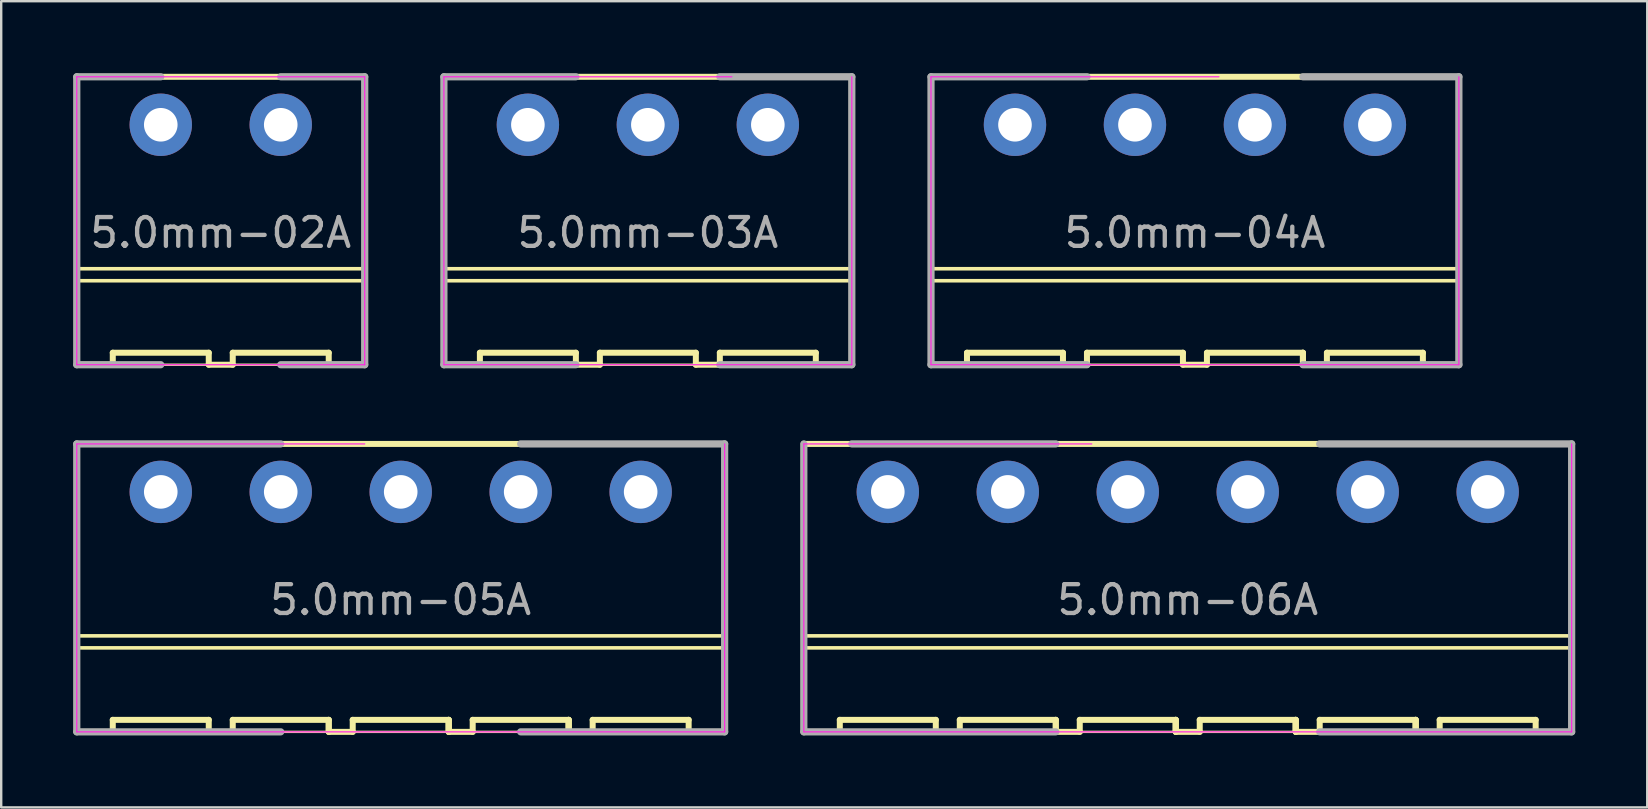
<source format=kicad_pcb>
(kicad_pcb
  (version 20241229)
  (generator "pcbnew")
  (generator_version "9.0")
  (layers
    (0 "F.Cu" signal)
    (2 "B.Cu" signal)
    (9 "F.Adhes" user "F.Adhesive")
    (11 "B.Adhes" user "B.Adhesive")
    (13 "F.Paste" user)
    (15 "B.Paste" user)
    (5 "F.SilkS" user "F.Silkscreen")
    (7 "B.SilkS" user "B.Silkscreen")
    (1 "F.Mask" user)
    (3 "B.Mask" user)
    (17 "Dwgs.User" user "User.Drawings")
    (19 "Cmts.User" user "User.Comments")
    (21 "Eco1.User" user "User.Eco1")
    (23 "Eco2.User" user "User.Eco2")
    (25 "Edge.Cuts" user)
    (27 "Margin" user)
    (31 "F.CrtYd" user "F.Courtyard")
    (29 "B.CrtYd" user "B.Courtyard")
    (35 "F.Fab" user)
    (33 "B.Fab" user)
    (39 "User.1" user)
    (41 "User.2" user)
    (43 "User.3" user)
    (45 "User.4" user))
  (footprint "5.0mm-06A"
    (layer "F.Cu")
    (at 46.45 17.45)
    (property "Reference" "5.0mm-06A" (at 0 4.5 0) (layer "F.Fab") (effects (font (size 1.2 1.2) (thickness 0.18))))
    (attr through_hole)
    (fp_line (start -16 -2) (end 16 -2) (stroke (width 0.25) (type solid)) (layer "F.SilkS"))
    (fp_line (start -16 6) (end 16 6) (stroke (width 0.15) (type solid)) (layer "F.SilkS"))
    (fp_line (start -16 10) (end -16 -2) (stroke (width 0.25) (type solid)) (layer "F.SilkS"))
    (fp_line (start -14.5 9.5) (end -10.5 9.5) (stroke (width 0.25) (type solid)) (layer "F.SilkS"))
    (fp_line (start -14.5 10) (end -16 10) (stroke (width 0.25) (type solid)) (layer "F.SilkS"))
    (fp_line (start -14.5 10) (end -14.5 9.5) (stroke (width 0.25) (type solid)) (layer "F.SilkS"))
    (fp_line (start -14.5 10) (end 16 10) (stroke (width 0.1) (type solid)) (layer "F.SilkS"))
    (fp_line (start -10.5 9.5) (end -10.5 10) (stroke (width 0.25) (type solid)) (layer "F.SilkS"))
    (fp_line (start -10.5 10) (end -9.5 10) (stroke (width 0.25) (type solid)) (layer "F.SilkS"))
    (fp_line (start -9.5 9.5) (end -5.5 9.5) (stroke (width 0.25) (type solid)) (layer "F.SilkS"))
    (fp_line (start -9.5 10) (end -9.5 9.5) (stroke (width 0.25) (type solid)) (layer "F.SilkS"))
    (fp_line (start -5.5 9.5) (end -5.5 10) (stroke (width 0.25) (type solid)) (layer "F.SilkS"))
    (fp_line (start -5.5 9.5) (end -5.5 10) (stroke (width 0.25) (type solid)) (layer "F.SilkS"))
    (fp_line (start -5.5 10) (end -4.5 10) (stroke (width 0.25) (type solid)) (layer "F.SilkS"))
    (fp_line (start -4.5 9.5) (end -0.5 9.5) (stroke (width 0.25) (type solid)) (layer "F.SilkS"))
    (fp_line (start -4.5 10) (end -4.5 9.5) (stroke (width 0.25) (type solid)) (layer "F.SilkS"))
    (fp_line (start -0.5 9.5) (end -0.5 10) (stroke (width 0.25) (type solid)) (layer "F.SilkS"))
    (fp_line (start -0.5 9.5) (end -0.5 10) (stroke (width 0.25) (type solid)) (layer "F.SilkS"))
    (fp_line (start -0.5 9.5) (end -0.5 10) (stroke (width 0.25) (type solid)) (layer "F.SilkS"))
    (fp_line (start -0.5 10) (end 0.5 10) (stroke (width 0.25) (type solid)) (layer "F.SilkS"))
    (fp_line (start 0.5 9.5) (end 4.5 9.5) (stroke (width 0.25) (type solid)) (layer "F.SilkS"))
    (fp_line (start 0.5 10) (end 0.5 9.5) (stroke (width 0.25) (type solid)) (layer "F.SilkS"))
    (fp_line (start 4.5 9.5) (end 4.5 10) (stroke (width 0.25) (type solid)) (layer "F.SilkS"))
    (fp_line (start 4.5 9.5) (end 4.5 10) (stroke (width 0.25) (type solid)) (layer "F.SilkS"))
    (fp_line (start 4.5 9.5) (end 4.5 10) (stroke (width 0.25) (type solid)) (layer "F.SilkS"))
    (fp_line (start 4.5 10) (end 5.5 10) (stroke (width 0.25) (type solid)) (layer "F.SilkS"))
    (fp_line (start 5.5 9.5) (end 9.5 9.5) (stroke (width 0.25) (type solid)) (layer "F.SilkS"))
    (fp_line (start 5.5 10) (end 5.5 9.5) (stroke (width 0.25) (type solid)) (layer "F.SilkS"))
    (fp_line (start 9.5 9.5) (end 9.5 10) (stroke (width 0.25) (type solid)) (layer "F.SilkS"))
    (fp_line (start 9.5 9.5) (end 9.5 10) (stroke (width 0.25) (type solid)) (layer "F.SilkS"))
    (fp_line (start 9.5 9.5) (end 9.5 10) (stroke (width 0.25) (type solid)) (layer "F.SilkS"))
    (fp_line (start 9.5 10) (end 10.5 10) (stroke (width 0.25) (type solid)) (layer "F.SilkS"))
    (fp_line (start 10.5 9.5) (end 14.5 9.5) (stroke (width 0.25) (type solid)) (layer "F.SilkS"))
    (fp_line (start 10.5 10) (end 10.5 9.5) (stroke (width 0.25) (type solid)) (layer "F.SilkS"))
    (fp_line (start 14.5 9.5) (end 14.5 10) (stroke (width 0.25) (type solid)) (layer "F.SilkS"))
    (fp_line (start 14.5 10) (end 16 10) (stroke (width 0.25) (type solid)) (layer "F.SilkS"))
    (fp_line (start 16 6.5) (end -16 6.5) (stroke (width 0.15) (type solid)) (layer "F.SilkS"))
    (fp_line (start 16 10) (end 16 -2) (stroke (width 0.25) (type solid)) (layer "F.SilkS"))
    (fp_line (start -16 -2) (end -4 -2) (stroke (width 0.05) (type solid)) (layer "F.CrtYd"))
    (fp_line (start -16 10) (end -16 -2) (stroke (width 0.05) (type solid)) (layer "F.CrtYd"))
    (fp_line (start 16 -2) (end 16 10) (stroke (width 0.05) (type solid)) (layer "F.CrtYd"))
    (fp_line (start 16 10) (end -16 10) (stroke (width 0.05) (type solid)) (layer "F.CrtYd"))
    (fp_line (start -16 -2) (end -16 10) (stroke (width 0.3) (type solid)) (layer "F.Fab"))
    (fp_line (start -16 10) (end -5.5 10) (stroke (width 0.3) (type solid)) (layer "F.Fab"))
    (fp_line (start -5.5 -2) (end -14 -2) (stroke (width 0.3) (type solid)) (layer "F.Fab"))
    (fp_line (start 5.5 -2) (end 16 -2) (stroke (width 0.3) (type solid)) (layer "F.Fab"))
    (fp_line (start 16 -2) (end 16 10) (stroke (width 0.3) (type solid)) (layer "F.Fab"))
    (fp_line (start 16 10) (end 5.5 10) (stroke (width 0.3) (type solid)) (layer "F.Fab"))
    (pad "1" thru_hole circle (at -12.5 0 180) (size 2.6 2.6) (drill 1.4) (layers "*.Cu" "*.Mask"))
    (pad "2" thru_hole circle (at -7.5 0 180) (size 2.6 2.6) (drill 1.4) (layers "*.Cu" "*.Mask"))
    (pad "3" thru_hole circle (at -2.5 0 180) (size 2.6 2.6) (drill 1.4) (layers "*.Cu" "*.Mask"))
    (pad "4" thru_hole circle (at 2.5 0 180) (size 2.6 2.6) (drill 1.4) (layers "*.Cu" "*.Mask"))
    (pad "5" thru_hole circle (at 7.5 0 180) (size 2.6 2.6) (drill 1.4) (layers "*.Cu" "*.Mask"))
    (pad "6" thru_hole circle (at 12.5 0 180) (size 2.6 2.6) (drill 1.4) (layers "*.Cu" "*.Mask")))
  (footprint "5.0mm-04A"
    (layer "F.Cu")
    (at 46.75 2.15)
    (property "Reference" "5.0mm-04A" (at 0 4.5 0) (layer "F.Fab") (effects (font (size 1.2 1.2) (thickness 0.18))))
    (attr through_hole)
    (fp_line (start -11 -2) (end 11 -2) (stroke (width 0.25) (type solid)) (layer "F.SilkS"))
    (fp_line (start -11 6) (end 11 6) (stroke (width 0.15) (type solid)) (layer "F.SilkS"))
    (fp_line (start -11 10) (end -11 -2) (stroke (width 0.25) (type solid)) (layer "F.SilkS"))
    (fp_line (start -9.5 9.5) (end -5.5 9.5) (stroke (width 0.25) (type solid)) (layer "F.SilkS"))
    (fp_line (start -9.5 10) (end -11 10) (stroke (width 0.25) (type solid)) (layer "F.SilkS"))
    (fp_line (start -9.5 10) (end -9.5 9.5) (stroke (width 0.25) (type solid)) (layer "F.SilkS"))
    (fp_line (start -9.5 10) (end 9.5 10) (stroke (width 0.1) (type solid)) (layer "F.SilkS"))
    (fp_line (start -5.5 9.5) (end -5.5 10) (stroke (width 0.25) (type solid)) (layer "F.SilkS"))
    (fp_line (start -5.5 10) (end -4.5 10) (stroke (width 0.25) (type solid)) (layer "F.SilkS"))
    (fp_line (start -4.5 9.5) (end -0.5 9.5) (stroke (width 0.25) (type solid)) (layer "F.SilkS"))
    (fp_line (start -4.5 10) (end -4.5 9.5) (stroke (width 0.25) (type solid)) (layer "F.SilkS"))
    (fp_line (start -0.5 9.5) (end -0.5 10) (stroke (width 0.25) (type solid)) (layer "F.SilkS"))
    (fp_line (start -0.5 10) (end 0.5 10) (stroke (width 0.25) (type solid)) (layer "F.SilkS"))
    (fp_line (start 0.5 9.5) (end 4.5 9.5) (stroke (width 0.25) (type solid)) (layer "F.SilkS"))
    (fp_line (start 0.5 10) (end 0.5 9.5) (stroke (width 0.25) (type solid)) (layer "F.SilkS"))
    (fp_line (start 4.5 9.5) (end 4.5 10) (stroke (width 0.25) (type solid)) (layer "F.SilkS"))
    (fp_line (start 4.5 9.5) (end 4.5 10) (stroke (width 0.25) (type solid)) (layer "F.SilkS"))
    (fp_line (start 4.5 10) (end 5.5 10) (stroke (width 0.25) (type solid)) (layer "F.SilkS"))
    (fp_line (start 5.5 9.5) (end 9.5 9.5) (stroke (width 0.25) (type solid)) (layer "F.SilkS"))
    (fp_line (start 5.5 10) (end 5.5 9.5) (stroke (width 0.25) (type solid)) (layer "F.SilkS"))
    (fp_line (start 9.5 9.5) (end 9.5 10) (stroke (width 0.25) (type solid)) (layer "F.SilkS"))
    (fp_line (start 9.5 10) (end 11 10) (stroke (width 0.25) (type solid)) (layer "F.SilkS"))
    (fp_line (start 11 6.5) (end -11 6.5) (stroke (width 0.15) (type solid)) (layer "F.SilkS"))
    (fp_line (start 11 10) (end 11 -2) (stroke (width 0.25) (type solid)) (layer "F.SilkS"))
    (fp_line (start -11 -2) (end 1 -2) (stroke (width 0.05) (type solid)) (layer "F.CrtYd"))
    (fp_line (start -11 10) (end -11 -2) (stroke (width 0.05) (type solid)) (layer "F.CrtYd"))
    (fp_line (start 11 -2) (end 11 10) (stroke (width 0.05) (type solid)) (layer "F.CrtYd"))
    (fp_line (start 11 10) (end -11 10) (stroke (width 0.05) (type solid)) (layer "F.CrtYd"))
    (fp_line (start -11 -2) (end -11 10) (stroke (width 0.3) (type solid)) (layer "F.Fab"))
    (fp_line (start -11 10) (end -4.5 10) (stroke (width 0.3) (type solid)) (layer "F.Fab"))
    (fp_line (start -4.5 -2) (end -11 -2) (stroke (width 0.3) (type solid)) (layer "F.Fab"))
    (fp_line (start 4.5 -2) (end 11 -2) (stroke (width 0.3) (type solid)) (layer "F.Fab"))
    (fp_line (start 11 -2) (end 11 10) (stroke (width 0.3) (type solid)) (layer "F.Fab"))
    (fp_line (start 11 10) (end 4.5 10) (stroke (width 0.3) (type solid)) (layer "F.Fab"))
    (pad "1" thru_hole circle (at -7.5 0 180) (size 2.6 2.6) (drill 1.4) (layers "*.Cu" "*.Mask"))
    (pad "2" thru_hole circle (at -2.5 0 180) (size 2.6 2.6) (drill 1.4) (layers "*.Cu" "*.Mask"))
    (pad "3" thru_hole circle (at 2.5 0 180) (size 2.6 2.6) (drill 1.4) (layers "*.Cu" "*.Mask"))
    (pad "4" thru_hole circle (at 7.5 0 180) (size 2.6 2.6) (drill 1.4) (layers "*.Cu" "*.Mask")))
  (footprint "5.0mm-02A"
    (layer "F.Cu")
    (at 6.15 2.15)
    (property "Reference" "5.0mm-02A" (at 0 4.5 0) (layer "F.Fab") (effects (font (size 1.2 1.2) (thickness 0.18))))
    (attr through_hole)
    (fp_line (start -6 -2) (end 6 -2) (stroke (width 0.25) (type solid)) (layer "F.SilkS"))
    (fp_line (start -6 6) (end 6 6) (stroke (width 0.15) (type solid)) (layer "F.SilkS"))
    (fp_line (start -6 10) (end -6 -2) (stroke (width 0.25) (type solid)) (layer "F.SilkS"))
    (fp_line (start -4.5 9.5) (end -0.5 9.5) (stroke (width 0.25) (type solid)) (layer "F.SilkS"))
    (fp_line (start -4.5 10) (end -6 10) (stroke (width 0.25) (type solid)) (layer "F.SilkS"))
    (fp_line (start -4.5 10) (end -4.5 9.5) (stroke (width 0.25) (type solid)) (layer "F.SilkS"))
    (fp_line (start -4.5 10) (end 4.5 10) (stroke (width 0.1) (type solid)) (layer "F.SilkS"))
    (fp_line (start -0.5 9.5) (end -0.5 10) (stroke (width 0.25) (type solid)) (layer "F.SilkS"))
    (fp_line (start -0.5 10) (end 0.5 10) (stroke (width 0.25) (type solid)) (layer "F.SilkS"))
    (fp_line (start 0.5 9.5) (end 4.5 9.5) (stroke (width 0.25) (type solid)) (layer "F.SilkS"))
    (fp_line (start 0.5 10) (end 0.5 9.5) (stroke (width 0.25) (type solid)) (layer "F.SilkS"))
    (fp_line (start 4.5 9.5) (end 4.5 10) (stroke (width 0.25) (type solid)) (layer "F.SilkS"))
    (fp_line (start 4.5 10) (end 6 10) (stroke (width 0.25) (type solid)) (layer "F.SilkS"))
    (fp_line (start 6 6.5) (end -6 6.5) (stroke (width 0.15) (type solid)) (layer "F.SilkS"))
    (fp_line (start 6 10) (end 6 -2) (stroke (width 0.25) (type solid)) (layer "F.SilkS"))
    (fp_line (start -6 -2) (end 6 -2) (stroke (width 0.05) (type solid)) (layer "F.CrtYd"))
    (fp_line (start -6 10) (end -6 -2) (stroke (width 0.05) (type solid)) (layer "F.CrtYd"))
    (fp_line (start 6 -2) (end 6 10) (stroke (width 0.05) (type solid)) (layer "F.CrtYd"))
    (fp_line (start 6 10) (end -6 10) (stroke (width 0.05) (type solid)) (layer "F.CrtYd"))
    (fp_line (start -6 -2) (end -6 10) (stroke (width 0.3) (type solid)) (layer "F.Fab"))
    (fp_line (start -6 10) (end -2.5 10) (stroke (width 0.3) (type solid)) (layer "F.Fab"))
    (fp_line (start -2.5 -2) (end -6 -2) (stroke (width 0.3) (type solid)) (layer "F.Fab"))
    (fp_line (start 2.5 -2) (end 6 -2) (stroke (width 0.3) (type solid)) (layer "F.Fab"))
    (fp_line (start 6 -2) (end 6 10) (stroke (width 0.3) (type solid)) (layer "F.Fab"))
    (fp_line (start 6 10) (end 2.5 10) (stroke (width 0.3) (type solid)) (layer "F.Fab"))
    (pad "1" thru_hole circle (at -2.5 0 180) (size 2.6 2.6) (drill 1.4) (layers "*.Cu" "*.Mask"))
    (pad "2" thru_hole circle (at 2.5 0 180) (size 2.6 2.6) (drill 1.4) (layers "*.Cu" "*.Mask")))
  (footprint "5.0mm-03A"
    (layer "F.Cu")
    (at 23.95 2.15)
    (property "Reference" "5.0mm-03A" (at 0 4.5 0) (layer "F.Fab") (effects (font (size 1.2 1.2) (thickness 0.18))))
    (attr through_hole)
    (fp_line (start -8.5 -2) (end 8.5 -2) (stroke (width 0.25) (type solid)) (layer "F.SilkS"))
    (fp_line (start -8.5 6) (end 8.5 6) (stroke (width 0.15) (type solid)) (layer "F.SilkS"))
    (fp_line (start -8.5 10) (end -8.5 -2) (stroke (width 0.25) (type solid)) (layer "F.SilkS"))
    (fp_line (start -7 9.5) (end -3 9.5) (stroke (width 0.25) (type solid)) (layer "F.SilkS"))
    (fp_line (start -7 10) (end -8.5 10) (stroke (width 0.25) (type solid)) (layer "F.SilkS"))
    (fp_line (start -7 10) (end -7 9.5) (stroke (width 0.25) (type solid)) (layer "F.SilkS"))
    (fp_line (start -7 10) (end 2 10) (stroke (width 0.1) (type solid)) (layer "F.SilkS"))
    (fp_line (start -3 9.5) (end -3 10) (stroke (width 0.25) (type solid)) (layer "F.SilkS"))
    (fp_line (start -3 10) (end -2 10) (stroke (width 0.25) (type solid)) (layer "F.SilkS"))
    (fp_line (start -2 9.5) (end 2 9.5) (stroke (width 0.25) (type solid)) (layer "F.SilkS"))
    (fp_line (start -2 10) (end -2 9.5) (stroke (width 0.25) (type solid)) (layer "F.SilkS"))
    (fp_line (start 2 9.5) (end 2 10) (stroke (width 0.25) (type solid)) (layer "F.SilkS"))
    (fp_line (start 2 10) (end 3 10) (stroke (width 0.25) (type solid)) (layer "F.SilkS"))
    (fp_line (start 3 9.5) (end 7 9.5) (stroke (width 0.25) (type solid)) (layer "F.SilkS"))
    (fp_line (start 3 10) (end 3 9.5) (stroke (width 0.25) (type solid)) (layer "F.SilkS"))
    (fp_line (start 7 9.5) (end 7 10) (stroke (width 0.25) (type solid)) (layer "F.SilkS"))
    (fp_line (start 7 10) (end 8.5 10) (stroke (width 0.25) (type solid)) (layer "F.SilkS"))
    (fp_line (start 8.5 6.5) (end -8.5 6.5) (stroke (width 0.15) (type solid)) (layer "F.SilkS"))
    (fp_line (start 8.5 10) (end 8.5 -2) (stroke (width 0.25) (type solid)) (layer "F.SilkS"))
    (fp_line (start -8.5 -2) (end 3.5 -2) (stroke (width 0.05) (type solid)) (layer "F.CrtYd"))
    (fp_line (start -8.5 10) (end -8.5 -2) (stroke (width 0.05) (type solid)) (layer "F.CrtYd"))
    (fp_line (start 8.5 -2) (end 8.5 10) (stroke (width 0.05) (type solid)) (layer "F.CrtYd"))
    (fp_line (start 8.5 10) (end -8.5 10) (stroke (width 0.05) (type solid)) (layer "F.CrtYd"))
    (fp_line (start -8.5 -2) (end -8.5 10) (stroke (width 0.3) (type solid)) (layer "F.Fab"))
    (fp_line (start -8.5 10) (end -3 10) (stroke (width 0.3) (type solid)) (layer "F.Fab"))
    (fp_line (start -3 -2) (end -8.5 -2) (stroke (width 0.3) (type solid)) (layer "F.Fab"))
    (fp_line (start 3 -2) (end 8.5 -2) (stroke (width 0.3) (type solid)) (layer "F.Fab"))
    (fp_line (start 8.5 -2) (end 8.5 10) (stroke (width 0.3) (type solid)) (layer "F.Fab"))
    (fp_line (start 8.5 10) (end 3 10) (stroke (width 0.3) (type solid)) (layer "F.Fab"))
    (pad "1" thru_hole circle (at -5 0 180) (size 2.6 2.6) (drill 1.4) (layers "*.Cu" "*.Mask"))
    (pad "2" thru_hole circle (at 0 0 180) (size 2.6 2.6) (drill 1.4) (layers "*.Cu" "*.Mask"))
    (pad "3" thru_hole circle (at 5 0 180) (size 2.6 2.6) (drill 1.4) (layers "*.Cu" "*.Mask")))
  (footprint "5.0mm-05A"
    (layer "F.Cu")
    (at 13.65 17.45)
    (property "Reference" "5.0mm-05A" (at 0 4.5 0) (layer "F.Fab") (effects (font (size 1.2 1.2) (thickness 0.18))))
    (attr through_hole)
    (fp_line (start -13.5 -2) (end 13.5 -2) (stroke (width 0.25) (type solid)) (layer "F.SilkS"))
    (fp_line (start -13.5 6) (end 13.5 6) (stroke (width 0.15) (type solid)) (layer "F.SilkS"))
    (fp_line (start -13.5 10) (end -13.5 -2) (stroke (width 0.25) (type solid)) (layer "F.SilkS"))
    (fp_line (start -12 9.5) (end -8 9.5) (stroke (width 0.25) (type solid)) (layer "F.SilkS"))
    (fp_line (start -12 10) (end -13.5 10) (stroke (width 0.25) (type solid)) (layer "F.SilkS"))
    (fp_line (start -12 10) (end -12 9.5) (stroke (width 0.25) (type solid)) (layer "F.SilkS"))
    (fp_line (start -12 10) (end 12 10) (stroke (width 0.1) (type solid)) (layer "F.SilkS"))
    (fp_line (start -8 9.5) (end -8 10) (stroke (width 0.25) (type solid)) (layer "F.SilkS"))
    (fp_line (start -8 10) (end -7 10) (stroke (width 0.25) (type solid)) (layer "F.SilkS"))
    (fp_line (start -7 9.5) (end -3 9.5) (stroke (width 0.25) (type solid)) (layer "F.SilkS"))
    (fp_line (start -7 10) (end -7 9.5) (stroke (width 0.25) (type solid)) (layer "F.SilkS"))
    (fp_line (start -3 9.5) (end -3 10) (stroke (width 0.25) (type solid)) (layer "F.SilkS"))
    (fp_line (start -3 9.5) (end -3 10) (stroke (width 0.25) (type solid)) (layer "F.SilkS"))
    (fp_line (start -3 10) (end -2 10) (stroke (width 0.25) (type solid)) (layer "F.SilkS"))
    (fp_line (start -2 9.5) (end 2 9.5) (stroke (width 0.25) (type solid)) (layer "F.SilkS"))
    (fp_line (start -2 10) (end -2 9.5) (stroke (width 0.25) (type solid)) (layer "F.SilkS"))
    (fp_line (start 2 9.5) (end 2 10) (stroke (width 0.25) (type solid)) (layer "F.SilkS"))
    (fp_line (start 2 9.5) (end 2 10) (stroke (width 0.25) (type solid)) (layer "F.SilkS"))
    (fp_line (start 2 9.5) (end 2 10) (stroke (width 0.25) (type solid)) (layer "F.SilkS"))
    (fp_line (start 2 10) (end 3 10) (stroke (width 0.25) (type solid)) (layer "F.SilkS"))
    (fp_line (start 3 9.5) (end 7 9.5) (stroke (width 0.25) (type solid)) (layer "F.SilkS"))
    (fp_line (start 3 10) (end 3 9.5) (stroke (width 0.25) (type solid)) (layer "F.SilkS"))
    (fp_line (start 7 9.5) (end 7 10) (stroke (width 0.25) (type solid)) (layer "F.SilkS"))
    (fp_line (start 7 9.5) (end 7 10) (stroke (width 0.25) (type solid)) (layer "F.SilkS"))
    (fp_line (start 7 9.5) (end 7 10) (stroke (width 0.25) (type solid)) (layer "F.SilkS"))
    (fp_line (start 7 10) (end 8 10) (stroke (width 0.25) (type solid)) (layer "F.SilkS"))
    (fp_line (start 8 9.5) (end 12 9.5) (stroke (width 0.25) (type solid)) (layer "F.SilkS"))
    (fp_line (start 8 10) (end 8 9.5) (stroke (width 0.25) (type solid)) (layer "F.SilkS"))
    (fp_line (start 12 9.5) (end 12 10) (stroke (width 0.25) (type solid)) (layer "F.SilkS"))
    (fp_line (start 12 10) (end 13.5 10) (stroke (width 0.25) (type solid)) (layer "F.SilkS"))
    (fp_line (start 13.5 6.5) (end -13.5 6.5) (stroke (width 0.15) (type solid)) (layer "F.SilkS"))
    (fp_line (start 13.5 10) (end 13.5 -2) (stroke (width 0.25) (type solid)) (layer "F.SilkS"))
    (fp_line (start -13.5 -2) (end -1.5 -2) (stroke (width 0.05) (type solid)) (layer "F.CrtYd"))
    (fp_line (start -13.5 10) (end -13.5 -2) (stroke (width 0.05) (type solid)) (layer "F.CrtYd"))
    (fp_line (start 13.5 -2) (end 13.5 10) (stroke (width 0.05) (type solid)) (layer "F.CrtYd"))
    (fp_line (start 13.5 10) (end -13.5 10) (stroke (width 0.05) (type solid)) (layer "F.CrtYd"))
    (fp_line (start -13.5 -2) (end -13.5 10) (stroke (width 0.3) (type solid)) (layer "F.Fab"))
    (fp_line (start -13.5 10) (end -5 10) (stroke (width 0.3) (type solid)) (layer "F.Fab"))
    (fp_line (start -5 -2) (end -13.5 -2) (stroke (width 0.3) (type solid)) (layer "F.Fab"))
    (fp_line (start 5 -2) (end 13.5 -2) (stroke (width 0.3) (type solid)) (layer "F.Fab"))
    (fp_line (start 13.5 -2) (end 13.5 10) (stroke (width 0.3) (type solid)) (layer "F.Fab"))
    (fp_line (start 13.5 10) (end 5 10) (stroke (width 0.3) (type solid)) (layer "F.Fab"))
    (pad "1" thru_hole circle (at -10 0 180) (size 2.6 2.6) (drill 1.4) (layers "*.Cu" "*.Mask"))
    (pad "2" thru_hole circle (at -5 0 180) (size 2.6 2.6) (drill 1.4) (layers "*.Cu" "*.Mask"))
    (pad "3" thru_hole circle (at 0 0 180) (size 2.6 2.6) (drill 1.4) (layers "*.Cu" "*.Mask"))
    (pad "4" thru_hole circle (at 5 0 180) (size 2.6 2.6) (drill 1.4) (layers "*.Cu" "*.Mask"))
    (pad "5" thru_hole circle (at 10 0 180) (size 2.6 2.6) (drill 1.4) (layers "*.Cu" "*.Mask")))
  (gr_rect
    (start -3 -3)
    (end 65.6 30.6)
    (stroke (width 0.1) (type default))
    (fill no)
    (layer "Edge.Cuts")))
</source>
